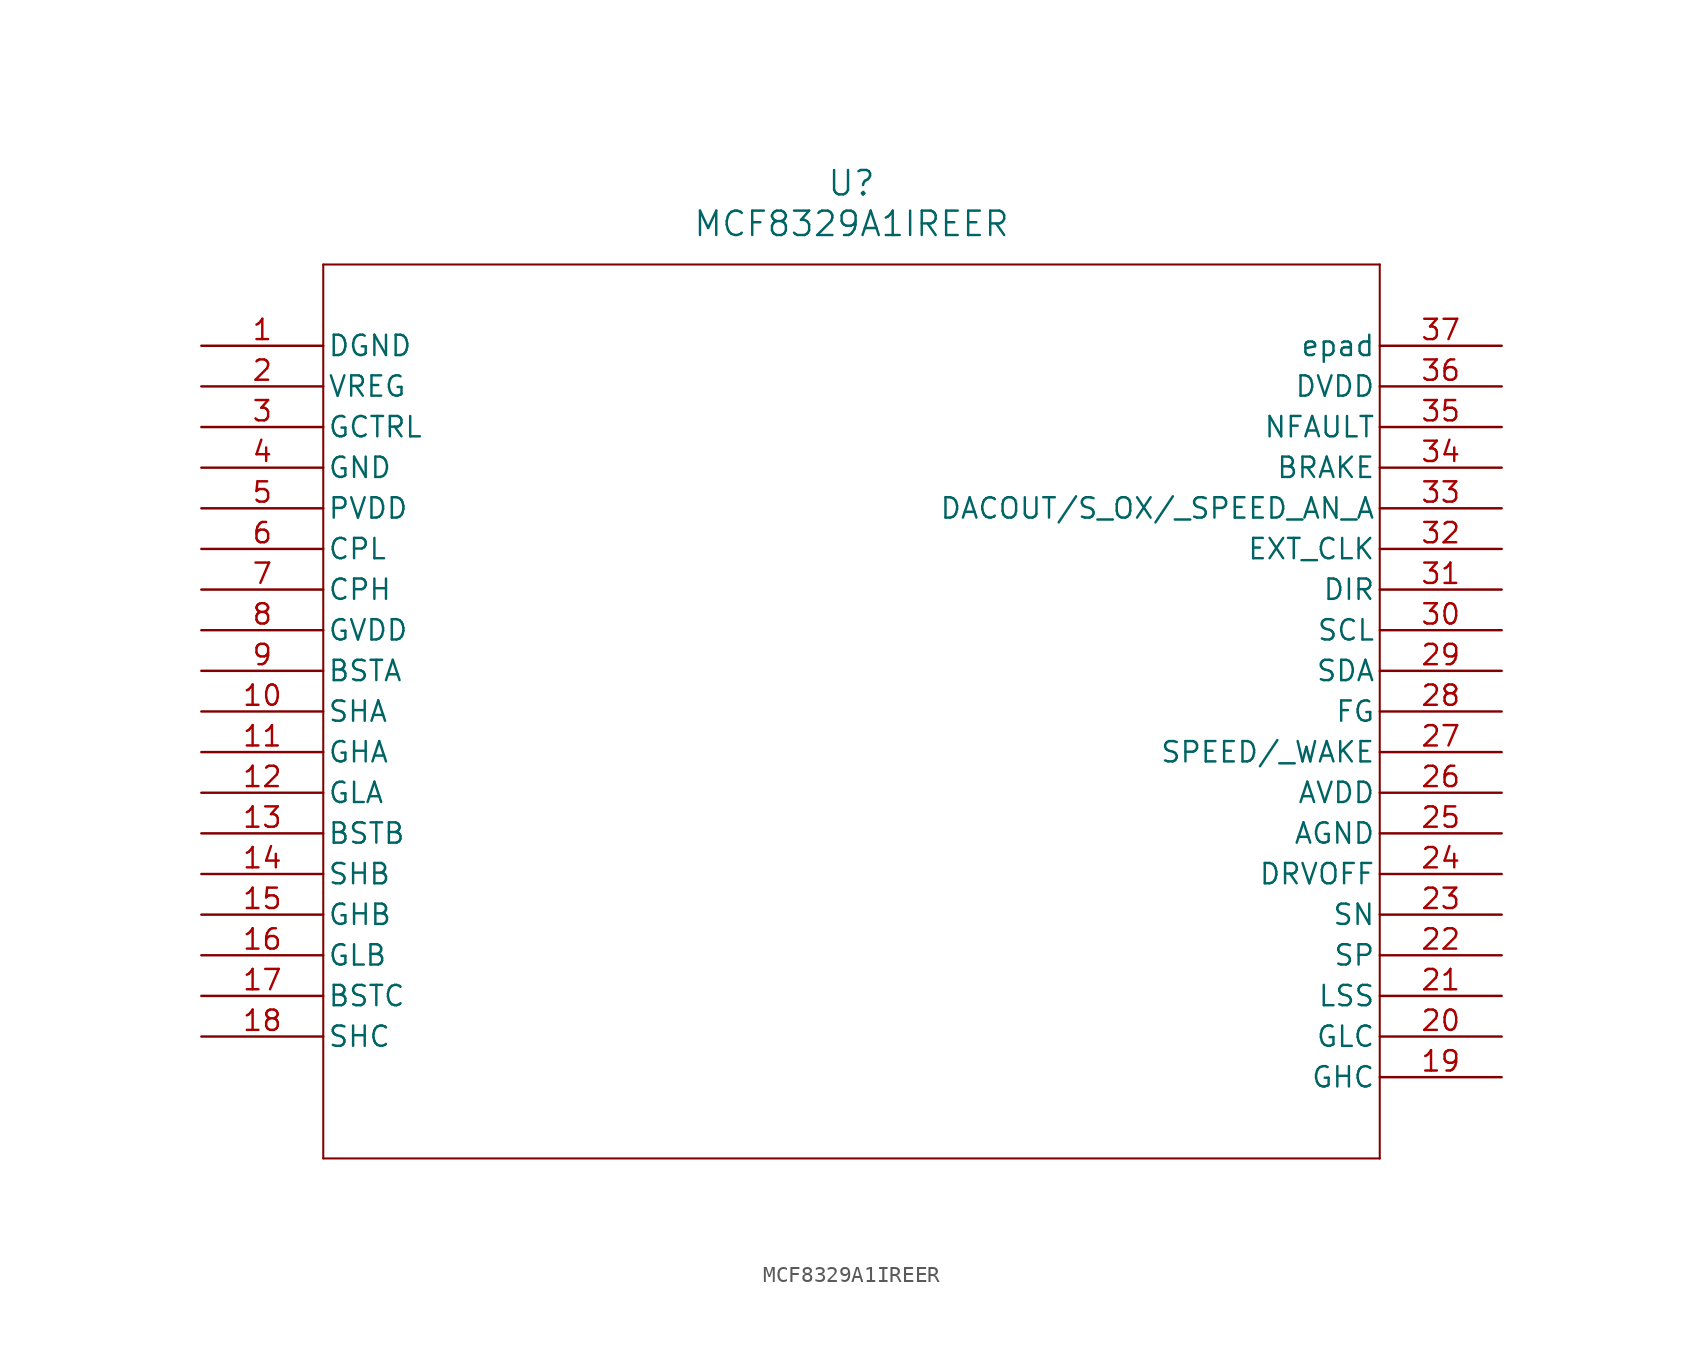
<source format=kicad_sym>
(kicad_symbol_lib
  (version 20211014)
  (generator kicad_symbol_editor)
  (symbol "MCF8329A1IREER"
    (pin_names
      (offset 0.254))
    (property "Reference" "U"
      (at 40.64 10.16 0)
      (effects (font (size 1.524 1.524))))
    (property "Value" "MCF8329A1IREER"
      (at 40.64 7.62 0)
      (effects (font (size 1.524 1.524))))
    (symbol "MCF8329A1IREER_0_1"
      (polyline (pts (xy 7.62 5.08) (xy 7.62 -50.8)) (stroke (width 0.127) (type default) (color 0 0 0 0)) (fill (type none)))
      (polyline (pts (xy 7.62 -50.8) (xy 73.66 -50.8)) (stroke (width 0.127) (type default) (color 0 0 0 0)) (fill (type none)))
      (polyline (pts (xy 73.66 -50.8) (xy 73.66 5.08)) (stroke (width 0.127) (type default) (color 0 0 0 0)) (fill (type none)))
      (polyline (pts (xy 73.66 5.08) (xy 7.62 5.08)) (stroke (width 0.127) (type default) (color 0 0 0 0)) (fill (type none)))
      (pin power_out line (at 0 0 0) (length 7.62) (name "DGND" (effects (font (size 1.27 1.27)))) (number "1" (effects (font (size 1.27 1.27)))))
      (pin power_in line (at 0 -2.54 0) (length 7.62) (name "VREG" (effects (font (size 1.27 1.27)))) (number "2" (effects (font (size 1.27 1.27)))))
      (pin output line (at 0 -5.08 0) (length 7.62) (name "GCTRL" (effects (font (size 1.27 1.27)))) (number "3" (effects (font (size 1.27 1.27)))))
      (pin power_out line (at 0 -7.62 0) (length 7.62) (name "GND" (effects (font (size 1.27 1.27)))) (number "4" (effects (font (size 1.27 1.27)))))
      (pin power_in line (at 0 -10.16 0) (length 7.62) (name "PVDD" (effects (font (size 1.27 1.27)))) (number "5" (effects (font (size 1.27 1.27)))))
      (pin power_in line (at 0 -12.7 0) (length 7.62) (name "CPL" (effects (font (size 1.27 1.27)))) (number "6" (effects (font (size 1.27 1.27)))))
      (pin power_in line (at 0 -15.24 0) (length 7.62) (name "CPH" (effects (font (size 1.27 1.27)))) (number "7" (effects (font (size 1.27 1.27)))))
      (pin power_in line (at 0 -17.78 0) (length 7.62) (name "GVDD" (effects (font (size 1.27 1.27)))) (number "8" (effects (font (size 1.27 1.27)))))
      (pin output line (at 0 -20.32 0) (length 7.62) (name "BSTA" (effects (font (size 1.27 1.27)))) (number "9" (effects (font (size 1.27 1.27)))))
      (pin bidirectional line (at 0 -22.86 0) (length 7.62) (name "SHA" (effects (font (size 1.27 1.27)))) (number "10" (effects (font (size 1.27 1.27)))))
      (pin output line (at 0 -25.4 0) (length 7.62) (name "GHA" (effects (font (size 1.27 1.27)))) (number "11" (effects (font (size 1.27 1.27)))))
      (pin output line (at 0 -27.94 0) (length 7.62) (name "GLA" (effects (font (size 1.27 1.27)))) (number "12" (effects (font (size 1.27 1.27)))))
      (pin output line (at 0 -30.48 0) (length 7.62) (name "BSTB" (effects (font (size 1.27 1.27)))) (number "13" (effects (font (size 1.27 1.27)))))
      (pin bidirectional line (at 0 -33.02 0) (length 7.62) (name "SHB" (effects (font (size 1.27 1.27)))) (number "14" (effects (font (size 1.27 1.27)))))
      (pin output line (at 0 -35.56 0) (length 7.62) (name "GHB" (effects (font (size 1.27 1.27)))) (number "15" (effects (font (size 1.27 1.27)))))
      (pin output line (at 0 -38.1 0) (length 7.62) (name "GLB" (effects (font (size 1.27 1.27)))) (number "16" (effects (font (size 1.27 1.27)))))
      (pin output line (at 0 -40.64 0) (length 7.62) (name "BSTC" (effects (font (size 1.27 1.27)))) (number "17" (effects (font (size 1.27 1.27)))))
      (pin bidirectional line (at 0 -43.18 0) (length 7.62) (name "SHC" (effects (font (size 1.27 1.27)))) (number "18" (effects (font (size 1.27 1.27)))))
      (pin output line (at 81.28 -45.72 180) (length 7.62) (name "GHC" (effects (font (size 1.27 1.27)))) (number "19" (effects (font (size 1.27 1.27)))))
      (pin output line (at 81.28 -43.18 180) (length 7.62) (name "GLC" (effects (font (size 1.27 1.27)))) (number "20" (effects (font (size 1.27 1.27)))))
      (pin power_in line (at 81.28 -40.64 180) (length 7.62) (name "LSS" (effects (font (size 1.27 1.27)))) (number "21" (effects (font (size 1.27 1.27)))))
      (pin input line (at 81.28 -38.1 180) (length 7.62) (name "SP" (effects (font (size 1.27 1.27)))) (number "22" (effects (font (size 1.27 1.27)))))
      (pin input line (at 81.28 -35.56 180) (length 7.62) (name "SN" (effects (font (size 1.27 1.27)))) (number "23" (effects (font (size 1.27 1.27)))))
      (pin input line (at 81.28 -33.02 180) (length 7.62) (name "DRVOFF" (effects (font (size 1.27 1.27)))) (number "24" (effects (font (size 1.27 1.27)))))
      (pin power_out line (at 81.28 -30.48 180) (length 7.62) (name "AGND" (effects (font (size 1.27 1.27)))) (number "25" (effects (font (size 1.27 1.27)))))
      (pin power_in line (at 81.28 -27.94 180) (length 7.62) (name "AVDD" (effects (font (size 1.27 1.27)))) (number "26" (effects (font (size 1.27 1.27)))))
      (pin input line (at 81.28 -25.4 180) (length 7.62) (name "SPEED/ WAKE" (effects (font (size 1.27 1.27)))) (number "27" (effects (font (size 1.27 1.27)))))
      (pin output line (at 81.28 -22.86 180) (length 7.62) (name "FG" (effects (font (size 1.27 1.27)))) (number "28" (effects (font (size 1.27 1.27)))))
      (pin bidirectional line (at 81.28 -20.32 180) (length 7.62) (name "SDA" (effects (font (size 1.27 1.27)))) (number "29" (effects (font (size 1.27 1.27)))))
      (pin input line (at 81.28 -17.78 180) (length 7.62) (name "SCL" (effects (font (size 1.27 1.27)))) (number "30" (effects (font (size 1.27 1.27)))))
      (pin input line (at 81.28 -15.24 180) (length 7.62) (name "DIR" (effects (font (size 1.27 1.27)))) (number "31" (effects (font (size 1.27 1.27)))))
      (pin input line (at 81.28 -12.7 180) (length 7.62) (name "EXT_CLK" (effects (font (size 1.27 1.27)))) (number "32" (effects (font (size 1.27 1.27)))))
      (pin bidirectional line (at 81.28 -10.16 180) (length 7.62) (name "DACOUT/S OX/ SPEED_AN A" (effects (font (size 1.27 1.27)))) (number "33" (effects (font (size 1.27 1.27)))))
      (pin input line (at 81.28 -7.62 180) (length 7.62) (name "BRAKE" (effects (font (size 1.27 1.27)))) (number "34" (effects (font (size 1.27 1.27)))))
      (pin output line (at 81.28 -5.08 180) (length 7.62) (name "NFAULT" (effects (font (size 1.27 1.27)))) (number "35" (effects (font (size 1.27 1.27)))))
      (pin power_in line (at 81.28 -2.54 180) (length 7.62) (name "DVDD" (effects (font (size 1.27 1.27)))) (number "36" (effects (font (size 1.27 1.27)))))
      (pin power_out line (at 81.28 0 180) (length 7.62) (name "epad" (effects (font (size 1.27 1.27)))) (number "37" (effects (font (size 1.27 1.27))))))))
</source>
